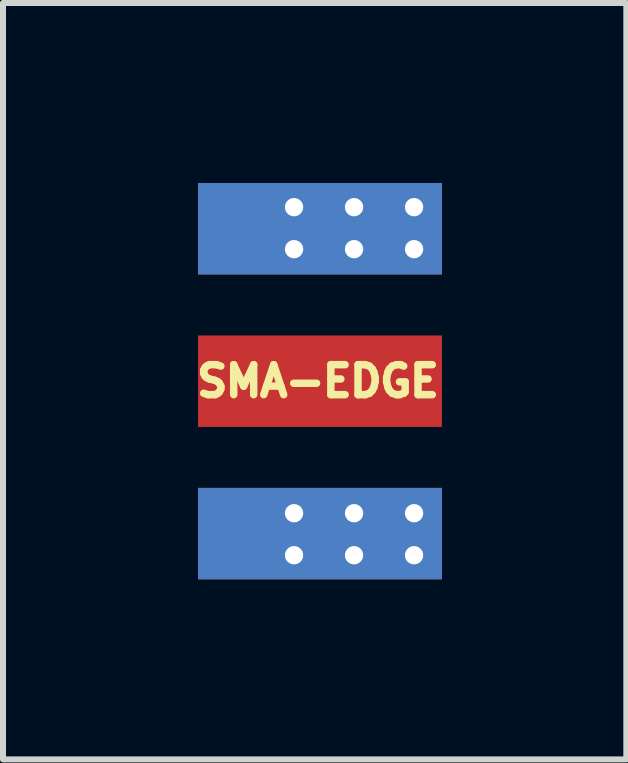
<source format=kicad_pcb>
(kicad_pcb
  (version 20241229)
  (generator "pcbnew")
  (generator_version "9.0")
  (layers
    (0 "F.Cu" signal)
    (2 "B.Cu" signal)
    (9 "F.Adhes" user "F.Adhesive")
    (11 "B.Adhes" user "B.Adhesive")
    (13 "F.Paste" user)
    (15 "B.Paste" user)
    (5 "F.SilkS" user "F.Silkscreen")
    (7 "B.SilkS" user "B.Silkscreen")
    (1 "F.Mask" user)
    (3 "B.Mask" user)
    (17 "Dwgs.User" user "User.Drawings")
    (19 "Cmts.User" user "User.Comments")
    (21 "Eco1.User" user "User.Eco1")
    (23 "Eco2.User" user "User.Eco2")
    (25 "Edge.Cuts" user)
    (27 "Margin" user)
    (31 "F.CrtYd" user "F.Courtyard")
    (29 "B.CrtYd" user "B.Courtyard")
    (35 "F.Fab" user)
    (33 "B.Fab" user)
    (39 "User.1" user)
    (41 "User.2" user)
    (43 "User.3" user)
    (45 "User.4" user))
  (footprint "SMA-EDGE"
    (layer "F.Cu")
    (at 0.25 3.302)
    (property "Reference" "SMA-EDGE" (at 1.999 0 0) (layer "F.SilkS") (effects (font (size 0.5 0.5) (thickness 0.124))))
    (attr through_hole)
    (pad "1" smd rect (at 2.032 0) (size 4.064 1.524) (layers "F.Cu" "F.Mask"))
    (pad "2" thru_hole circle (at 1.6 -2.9) (size 0.762 0.762) (drill 0.305) (layers "*.Cu" "*.Mask"))
    (pad "2" thru_hole circle (at 1.6 -2.2) (size 0.762 0.762) (drill 0.305) (layers "*.Cu" "*.Mask"))
    (pad "2" thru_hole circle (at 1.6 2.2) (size 0.762 0.762) (drill 0.305) (layers "*.Cu" "*.Mask"))
    (pad "2" thru_hole circle (at 1.6 2.9) (size 0.762 0.762) (drill 0.305) (layers "*.Cu" "*.Mask"))
    (pad "2" smd rect (at 2.032 -2.54) (size 4.064 1.524) (layers "F.Cu" "F.Mask"))
    (pad "2" thru_hole circle (at 2.6 -2.9) (size 0.762 0.762) (drill 0.305) (layers "*.Cu" "*.Mask"))
    (pad "2" thru_hole circle (at 2.6 -2.2) (size 0.762 0.762) (drill 0.305) (layers "*.Cu" "*.Mask"))
    (pad "2" thru_hole circle (at 2.6 2.2) (size 0.762 0.762) (drill 0.305) (layers "*.Cu" "*.Mask"))
    (pad "2" thru_hole circle (at 2.6 2.9) (size 0.762 0.762) (drill 0.305) (layers "*.Cu" "*.Mask"))
    (pad "2" thru_hole circle (at 3.6 -2.9) (size 0.762 0.762) (drill 0.305) (layers "*.Cu" "*.Mask"))
    (pad "2" thru_hole circle (at 3.6 -2.2) (size 0.762 0.762) (drill 0.305) (layers "*.Cu" "*.Mask"))
    (pad "2" thru_hole circle (at 3.6 2.2) (size 0.762 0.762) (drill 0.305) (layers "*.Cu" "*.Mask"))
    (pad "2" thru_hole circle (at 3.6 2.9) (size 0.762 0.762) (drill 0.305) (layers "*.Cu" "*.Mask"))
    (pad "3" smd rect (at 2.032 2.54) (size 4.064 1.524) (layers "F.Cu" "F.Mask"))
    (pad "4" smd rect (at 2.032 2.54) (size 4.064 1.524) (layers "B.Cu" "B.Mask"))
    (pad "5" smd rect (at 2.032 -2.54) (size 4.064 1.524) (layers "B.Cu" "B.Mask")))
  (gr_rect
    (start -3 -3)
    (end 7.387 9.604)
    (stroke (width 0.1) (type default))
    (fill no)
    (layer "Edge.Cuts")))
</source>
